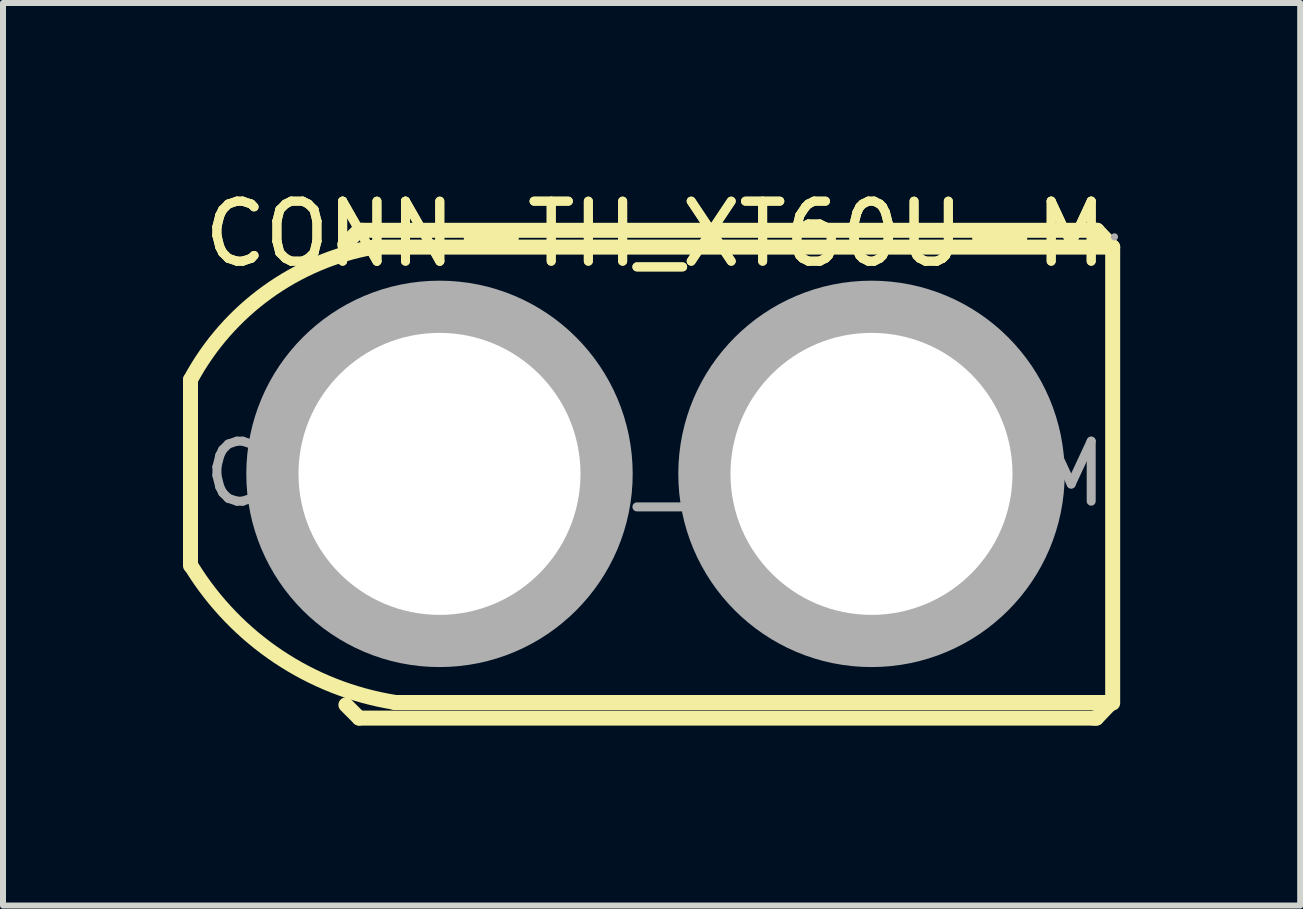
<source format=kicad_pcb>
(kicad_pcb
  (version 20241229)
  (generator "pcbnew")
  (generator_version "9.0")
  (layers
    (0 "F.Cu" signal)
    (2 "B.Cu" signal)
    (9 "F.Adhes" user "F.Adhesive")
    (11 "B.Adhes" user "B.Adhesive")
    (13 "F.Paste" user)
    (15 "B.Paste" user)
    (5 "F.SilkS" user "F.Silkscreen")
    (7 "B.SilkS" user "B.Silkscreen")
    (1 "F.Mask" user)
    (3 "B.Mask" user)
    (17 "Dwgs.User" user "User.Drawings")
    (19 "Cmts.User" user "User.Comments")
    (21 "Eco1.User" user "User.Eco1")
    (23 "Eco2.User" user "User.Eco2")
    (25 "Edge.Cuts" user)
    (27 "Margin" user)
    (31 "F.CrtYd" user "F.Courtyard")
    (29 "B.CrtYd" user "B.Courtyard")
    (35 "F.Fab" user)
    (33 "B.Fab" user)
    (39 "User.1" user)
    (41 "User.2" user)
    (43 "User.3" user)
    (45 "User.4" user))
  (footprint "CONN-TH_XT60U-M"
    (layer "F.Cu")
    (at 7.875 4.848)
    (property "Reference" "CONN-TH_XT60U-M" (at 0 -4 0) (layer "F.SilkS") (effects (font (size 1 1) (thickness 0.15))))
    (attr through_hole)
    (fp_line (start -7.75 1.53) (end -7.75 -1.57) (stroke (width 0.25) (type solid)) (layer "F.SilkS"))
    (fp_line (start -4.94 -4.06) (end -5.18 -3.82) (stroke (width 0.25) (type solid)) (layer "F.SilkS"))
    (fp_line (start -4.94 4.07) (end -5.16 3.85) (stroke (width 0.25) (type solid)) (layer "F.SilkS"))
    (fp_line (start -4.89 -4.06) (end -4.94 -4.06) (stroke (width 0.25) (type solid)) (layer "F.SilkS"))
    (fp_line (start -4.89 -4.06) (end 7.36 -4.06) (stroke (width 0.25) (type solid)) (layer "F.SilkS"))
    (fp_line (start -4.69 -3.78) (end 7.62 -3.78) (stroke (width 0.25) (type solid)) (layer "F.SilkS"))
    (fp_line (start -4.35 3.81) (end 7.59 3.81) (stroke (width 0.25) (type solid)) (layer "F.SilkS"))
    (fp_line (start 7.3 4.07) (end -4.94 4.07) (stroke (width 0.25) (type solid)) (layer "F.SilkS"))
    (fp_line (start 7.3 4.07) (end 7.35 4.07) (stroke (width 0.25) (type solid)) (layer "F.SilkS"))
    (fp_line (start 7.35 4.07) (end 7.59 3.82) (stroke (width 0.25) (type solid)) (layer "F.SilkS"))
    (fp_line (start 7.36 -4.06) (end 7.57 -3.84) (stroke (width 0.25) (type solid)) (layer "F.SilkS"))
    (fp_line (start 7.62 -3.78) (end 7.62 3.82) (stroke (width 0.25) (type solid)) (layer "F.SilkS"))
    (fp_arc (start -7.747265 -1.573006) (mid -6.471773 -3.027169) (end -4.69 -3.78) (stroke (width 0.25) (type solid)) (layer "F.SilkS"))
    (fp_arc (start -4.348651 3.807443) (mid -6.285065 3.046807) (end -7.73 1.55) (stroke (width 0.25) (type solid)) (layer "F.SilkS"))
    (fp_circle (center -3.6 0) (end -2.53 0) (stroke (width 2.15) (type solid)) (fill no) (layer "F.Fab"))
    (fp_circle (center 3.6 0) (end 4.67 0) (stroke (width 2.15) (type solid)) (fill no) (layer "F.Fab"))
    (fp_circle (center 7.65 -3.95) (end 7.68 -3.95) (stroke (width 0.06) (type solid)) (fill no) (layer "F.Fab"))
    (fp_text user "${REFERENCE}" (at 0 -4 0) (layer "F.SilkS") (effects (font (size 1 1) (thickness 0.15))))
    (fp_text user "${REFERENCE}" (at 0 0 0) (layer "F.Fab") (effects (font (size 1 1) (thickness 0.15))))
    (pad "1" thru_hole circle (at 3.6 0 270) (size 6 6) (drill 4.7) (layers "*.Cu" "*.Mask"))
    (pad "2" thru_hole circle (at -3.6 0 270) (size 6 6) (drill 4.7) (layers "*.Cu" "*.Mask")))
  (gr_rect
    (start -3 -3)
    (end 18.62 12.043)
    (stroke (width 0.1) (type default))
    (fill no)
    (layer "Edge.Cuts")))
</source>
